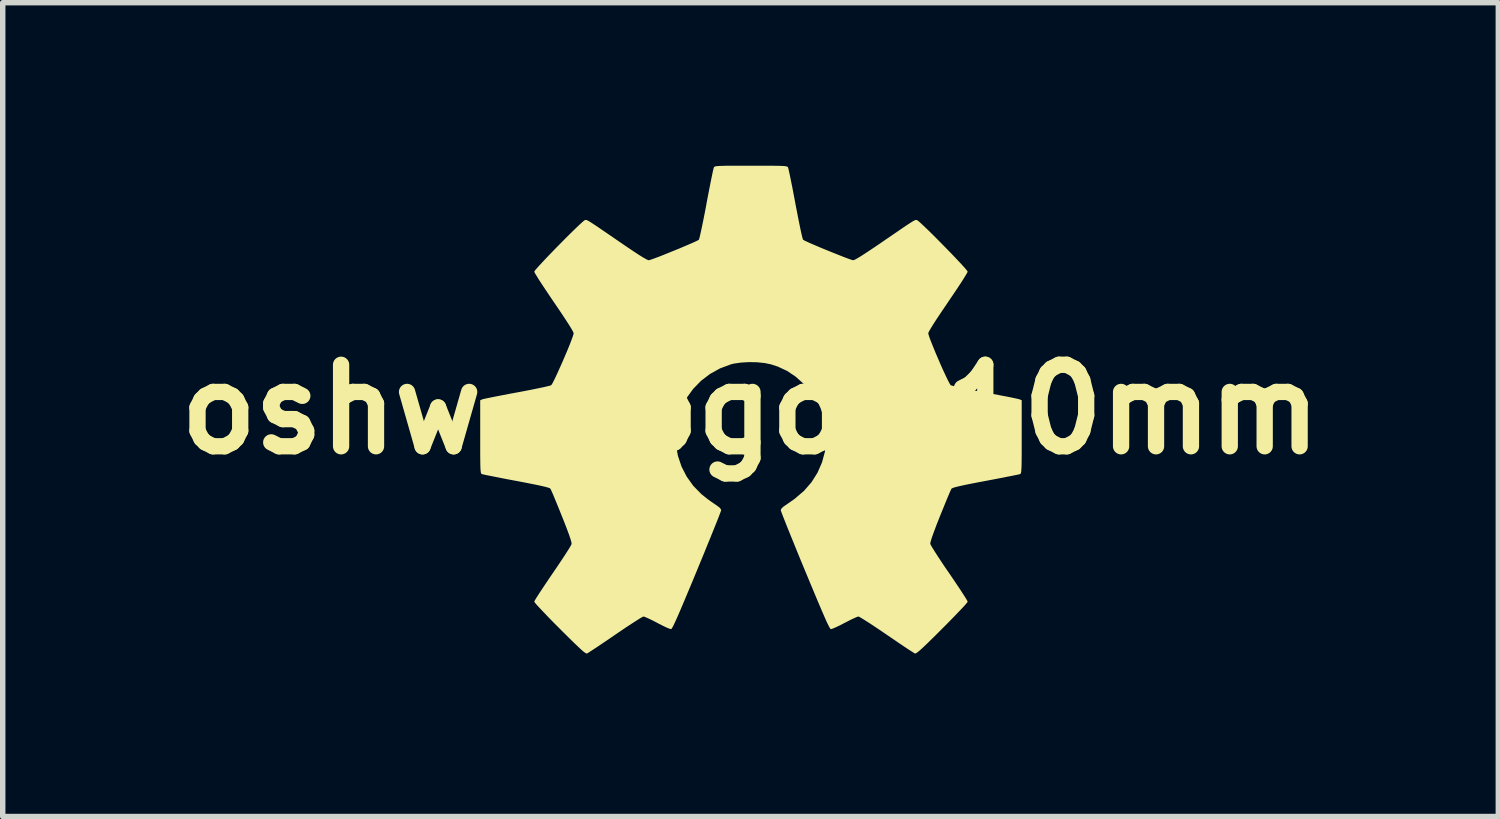
<source format=kicad_pcb>
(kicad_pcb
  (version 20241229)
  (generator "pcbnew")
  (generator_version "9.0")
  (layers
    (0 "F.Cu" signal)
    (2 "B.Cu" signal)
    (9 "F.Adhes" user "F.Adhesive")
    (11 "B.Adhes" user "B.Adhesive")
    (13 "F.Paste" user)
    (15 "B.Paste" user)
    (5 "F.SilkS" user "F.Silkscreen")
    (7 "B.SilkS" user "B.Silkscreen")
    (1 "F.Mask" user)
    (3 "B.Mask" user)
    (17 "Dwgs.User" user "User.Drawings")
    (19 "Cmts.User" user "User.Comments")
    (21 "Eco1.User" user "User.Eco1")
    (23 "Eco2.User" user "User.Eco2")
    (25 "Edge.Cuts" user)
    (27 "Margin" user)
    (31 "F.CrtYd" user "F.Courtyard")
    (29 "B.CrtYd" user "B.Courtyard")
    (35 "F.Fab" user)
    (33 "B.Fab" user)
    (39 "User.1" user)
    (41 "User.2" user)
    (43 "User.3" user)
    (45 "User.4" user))
  (footprint "oshw-logo-10mm"
    (layer "F.Cu")
    (at 10.764 4.486)
    (property "Reference" "oshw-logo-10mm" (at 0 0 0) (layer "F.SilkS") (effects (font (size 1.5 1.5) (thickness 0.3))))
    (attr board_only exclude_from_pos_files exclude_from_bom)
    (fp_poly (pts (xy 0.176 -4.486) (xy 0.313 -4.486) (xy 0.422 -4.485) (xy 0.507 -4.484) (xy 0.571 -4.482) (xy 0.618 -4.48) (xy 0.649 -4.476) (xy 0.67 -4.471) (xy 0.682 -4.465) (xy 0.689 -4.458) (xy 0.691 -4.454) (xy 0.698 -4.43) (xy 0.71 -4.377) (xy 0.727 -4.299) (xy 0.747 -4.199) (xy 0.771 -4.081) (xy 0.796 -3.949) (xy 0.823 -3.807) (xy 0.827 -3.783) (xy 0.855 -3.64) (xy 0.881 -3.507) (xy 0.905 -3.388) (xy 0.926 -3.287) (xy 0.944 -3.207) (xy 0.958 -3.151) (xy 0.967 -3.125) (xy 0.968 -3.124) (xy 0.99 -3.11) (xy 1.039 -3.087) (xy 1.109 -3.055) (xy 1.196 -3.018) (xy 1.294 -2.976) (xy 1.399 -2.933) (xy 1.505 -2.89) (xy 1.608 -2.849) (xy 1.701 -2.812) (xy 1.782 -2.781) (xy 1.844 -2.759) (xy 1.882 -2.747) (xy 1.89 -2.746) (xy 1.914 -2.753) (xy 1.959 -2.777) (xy 2.026 -2.817) (xy 2.116 -2.875) (xy 2.231 -2.951) (xy 2.372 -3.046) (xy 2.453 -3.102) (xy 2.595 -3.199) (xy 2.711 -3.278) (xy 2.804 -3.342) (xy 2.878 -3.392) (xy 2.935 -3.429) (xy 2.977 -3.456) (xy 3.007 -3.473) (xy 3.028 -3.483) (xy 3.042 -3.487) (xy 3.053 -3.488) (xy 3.062 -3.485) (xy 3.066 -3.484) (xy 3.088 -3.469) (xy 3.129 -3.433) (xy 3.186 -3.38) (xy 3.257 -3.312) (xy 3.338 -3.233) (xy 3.425 -3.146) (xy 3.516 -3.054) (xy 3.608 -2.96) (xy 3.697 -2.869) (xy 3.78 -2.782) (xy 3.854 -2.703) (xy 3.916 -2.636) (xy 3.962 -2.584) (xy 3.99 -2.549) (xy 3.997 -2.536) (xy 3.988 -2.515) (xy 3.961 -2.469) (xy 3.92 -2.402) (xy 3.866 -2.318) (xy 3.8 -2.218) (xy 3.726 -2.108) (xy 3.645 -1.989) (xy 3.635 -1.973) (xy 3.526 -1.813) (xy 3.436 -1.678) (xy 3.366 -1.57) (xy 3.315 -1.487) (xy 3.283 -1.431) (xy 3.272 -1.402) (xy 3.272 -1.401) (xy 3.279 -1.371) (xy 3.297 -1.316) (xy 3.326 -1.241) (xy 3.362 -1.151) (xy 3.403 -1.05) (xy 3.449 -0.943) (xy 3.495 -0.836) (xy 3.541 -0.732) (xy 3.585 -0.638) (xy 3.623 -0.557) (xy 3.655 -0.495) (xy 3.677 -0.456) (xy 3.686 -0.445) (xy 3.71 -0.437) (xy 3.763 -0.424) (xy 3.842 -0.406) (xy 3.942 -0.385) (xy 4.059 -0.361) (xy 4.189 -0.336) (xy 4.318 -0.312) (xy 4.457 -0.286) (xy 4.587 -0.261) (xy 4.704 -0.239) (xy 4.803 -0.219) (xy 4.88 -0.203) (xy 4.932 -0.191) (xy 4.954 -0.185) (xy 4.992 -0.169) (xy 4.992 0.504) (xy 4.992 0.673) (xy 4.992 0.811) (xy 4.991 0.922) (xy 4.99 1.008) (xy 4.988 1.073) (xy 4.985 1.12) (xy 4.982 1.152) (xy 4.977 1.172) (xy 4.971 1.184) (xy 4.964 1.189) (xy 4.963 1.19) (xy 4.94 1.196) (xy 4.888 1.207) (xy 4.81 1.223) (xy 4.711 1.242) (xy 4.595 1.265) (xy 4.465 1.29) (xy 4.327 1.316) (xy 4.158 1.348) (xy 4.02 1.375) (xy 3.91 1.398) (xy 3.826 1.417) (xy 3.766 1.432) (xy 3.726 1.445) (xy 3.704 1.455) (xy 3.7 1.459) (xy 3.688 1.482) (xy 3.666 1.531) (xy 3.635 1.604) (xy 3.597 1.696) (xy 3.554 1.802) (xy 3.506 1.919) (xy 3.49 1.959) (xy 3.428 2.115) (xy 3.38 2.243) (xy 3.344 2.342) (xy 3.321 2.413) (xy 3.31 2.459) (xy 3.309 2.475) (xy 3.321 2.5) (xy 3.349 2.548) (xy 3.392 2.617) (xy 3.447 2.703) (xy 3.513 2.803) (xy 3.587 2.914) (xy 3.657 3.015) (xy 3.736 3.131) (xy 3.808 3.238) (xy 3.872 3.334) (xy 3.925 3.416) (xy 3.965 3.479) (xy 3.99 3.522) (xy 3.997 3.539) (xy 3.986 3.557) (xy 3.953 3.596) (xy 3.901 3.653) (xy 3.832 3.725) (xy 3.75 3.811) (xy 3.657 3.906) (xy 3.555 4.009) (xy 3.528 4.036) (xy 3.406 4.158) (xy 3.305 4.257) (xy 3.224 4.336) (xy 3.16 4.396) (xy 3.111 4.44) (xy 3.074 4.47) (xy 3.049 4.487) (xy 3.033 4.493) (xy 3.026 4.492) (xy 3.005 4.48) (xy 2.96 4.451) (xy 2.893 4.408) (xy 2.809 4.352) (xy 2.711 4.286) (xy 2.603 4.212) (xy 2.506 4.146) (xy 2.392 4.068) (xy 2.284 3.996) (xy 2.189 3.933) (xy 2.107 3.881) (xy 2.044 3.842) (xy 2.002 3.818) (xy 1.986 3.812) (xy 1.96 3.819) (xy 1.911 3.841) (xy 1.844 3.872) (xy 1.767 3.912) (xy 1.731 3.93) (xy 1.651 3.972) (xy 1.579 4.006) (xy 1.522 4.031) (xy 1.486 4.043) (xy 1.478 4.044) (xy 1.469 4.036) (xy 1.455 4.014) (xy 1.435 3.976) (xy 1.407 3.919) (xy 1.373 3.843) (xy 1.33 3.745) (xy 1.278 3.623) (xy 1.216 3.477) (xy 1.144 3.304) (xy 1.06 3.103) (xy 1.002 2.963) (xy 0.927 2.782) (xy 0.856 2.609) (xy 0.791 2.448) (xy 0.731 2.301) (xy 0.678 2.17) (xy 0.634 2.058) (xy 0.598 1.968) (xy 0.573 1.902) (xy 0.559 1.863) (xy 0.557 1.853) (xy 0.571 1.823) (xy 0.611 1.786) (xy 0.628 1.775) (xy 0.676 1.742) (xy 0.739 1.698) (xy 0.806 1.651) (xy 0.821 1.639) (xy 0.985 1.499) (xy 1.123 1.34) (xy 1.234 1.164) (xy 1.316 0.976) (xy 1.37 0.778) (xy 1.394 0.573) (xy 1.388 0.365) (xy 1.35 0.157) (xy 1.291 -0.021) (xy 1.239 -0.136) (xy 1.177 -0.24) (xy 1.099 -0.342) (xy 1 -0.45) (xy 0.978 -0.472) (xy 0.829 -0.605) (xy 0.673 -0.709) (xy 0.504 -0.788) (xy 0.379 -0.829) (xy 0.259 -0.854) (xy 0.118 -0.868) (xy -0.031 -0.871) (xy -0.177 -0.862) (xy -0.309 -0.843) (xy -0.363 -0.829) (xy -0.561 -0.755) (xy -0.745 -0.653) (xy -0.91 -0.527) (xy -1.055 -0.378) (xy -1.177 -0.21) (xy -1.272 -0.026) (xy -1.338 0.172) (xy -1.351 0.227) (xy -1.378 0.439) (xy -1.373 0.649) (xy -1.336 0.854) (xy -1.27 1.051) (xy -1.175 1.236) (xy -1.053 1.407) (xy -0.904 1.559) (xy -0.804 1.639) (xy -0.739 1.687) (xy -0.674 1.732) (xy -0.621 1.768) (xy -0.611 1.775) (xy -0.564 1.812) (xy -0.541 1.845) (xy -0.54 1.853) (xy -0.546 1.874) (xy -0.564 1.923) (xy -0.593 1.999) (xy -0.632 2.097) (xy -0.68 2.216) (xy -0.735 2.353) (xy -0.798 2.506) (xy -0.865 2.672) (xy -0.938 2.848) (xy -0.985 2.963) (xy -1.076 3.183) (xy -1.156 3.373) (xy -1.224 3.536) (xy -1.282 3.672) (xy -1.33 3.784) (xy -1.37 3.874) (xy -1.402 3.943) (xy -1.426 3.992) (xy -1.444 4.024) (xy -1.456 4.041) (xy -1.462 4.044) (xy -1.487 4.038) (xy -1.535 4.019) (xy -1.601 3.988) (xy -1.679 3.949) (xy -1.714 3.93) (xy -1.795 3.888) (xy -1.867 3.853) (xy -1.925 3.827) (xy -1.961 3.813) (xy -1.969 3.812) (xy -1.99 3.821) (xy -2.036 3.847) (xy -2.102 3.889) (xy -2.186 3.943) (xy -2.284 4.007) (xy -2.392 4.08) (xy -2.489 4.146) (xy -2.604 4.225) (xy -2.711 4.297) (xy -2.807 4.362) (xy -2.889 4.416) (xy -2.952 4.457) (xy -2.993 4.484) (xy -3.009 4.492) (xy -3.022 4.492) (xy -3.041 4.481) (xy -3.071 4.46) (xy -3.112 4.425) (xy -3.166 4.374) (xy -3.237 4.307) (xy -3.326 4.22) (xy -3.435 4.112) (xy -3.511 4.036) (xy -3.615 3.932) (xy -3.71 3.835) (xy -3.795 3.746) (xy -3.867 3.67) (xy -3.924 3.609) (xy -3.962 3.565) (xy -3.98 3.541) (xy -3.98 3.539) (xy -3.971 3.518) (xy -3.945 3.474) (xy -3.903 3.408) (xy -3.849 3.325) (xy -3.784 3.228) (xy -3.711 3.119) (xy -3.64 3.015) (xy -3.561 2.899) (xy -3.488 2.79) (xy -3.423 2.692) (xy -3.369 2.608) (xy -3.327 2.541) (xy -3.301 2.495) (xy -3.293 2.475) (xy -3.296 2.446) (xy -3.311 2.392) (xy -3.338 2.311) (xy -3.378 2.203) (xy -3.431 2.066) (xy -3.474 1.959) (xy -3.522 1.839) (xy -3.567 1.729) (xy -3.607 1.632) (xy -3.64 1.552) (xy -3.666 1.495) (xy -3.681 1.463) (xy -3.683 1.459) (xy -3.697 1.449) (xy -3.729 1.438) (xy -3.78 1.424) (xy -3.853 1.407) (xy -3.951 1.386) (xy -4.076 1.361) (xy -4.231 1.331) (xy -4.31 1.316) (xy -4.45 1.29) (xy -4.58 1.265) (xy -4.696 1.242) (xy -4.795 1.222) (xy -4.872 1.207) (xy -4.924 1.195) (xy -4.946 1.19) (xy -4.953 1.185) (xy -4.959 1.174) (xy -4.964 1.155) (xy -4.968 1.125) (xy -4.971 1.08) (xy -4.973 1.017) (xy -4.974 0.934) (xy -4.975 0.826) (xy -4.975 0.691) (xy -4.975 0.526) (xy -4.975 0.504) (xy -4.975 -0.169) (xy -4.937 -0.185) (xy -4.913 -0.192) (xy -4.858 -0.204) (xy -4.779 -0.22) (xy -4.679 -0.24) (xy -4.561 -0.263) (xy -4.431 -0.288) (xy -4.301 -0.312) (xy -4.162 -0.338) (xy -4.033 -0.363) (xy -3.917 -0.387) (xy -3.819 -0.407) (xy -3.742 -0.425) (xy -3.69 -0.438) (xy -3.669 -0.445) (xy -3.653 -0.467) (xy -3.628 -0.514) (xy -3.593 -0.584) (xy -3.553 -0.67) (xy -3.509 -0.768) (xy -3.462 -0.873) (xy -3.416 -0.981) (xy -3.371 -1.086) (xy -3.331 -1.184) (xy -3.298 -1.269) (xy -3.273 -1.338) (xy -3.258 -1.385) (xy -3.255 -1.401) (xy -3.265 -1.428) (xy -3.295 -1.483) (xy -3.345 -1.564) (xy -3.414 -1.67) (xy -3.502 -1.803) (xy -3.61 -1.962) (xy -3.618 -1.973) (xy -3.699 -2.093) (xy -3.774 -2.205) (xy -3.841 -2.306) (xy -3.897 -2.392) (xy -3.94 -2.462) (xy -3.969 -2.51) (xy -3.98 -2.535) (xy -3.98 -2.536) (xy -3.969 -2.555) (xy -3.936 -2.594) (xy -3.886 -2.65) (xy -3.821 -2.72) (xy -3.745 -2.801) (xy -3.66 -2.889) (xy -3.57 -2.982) (xy -3.478 -3.075) (xy -3.388 -3.166) (xy -3.302 -3.251) (xy -3.223 -3.328) (xy -3.155 -3.393) (xy -3.101 -3.443) (xy -3.064 -3.474) (xy -3.049 -3.484) (xy -3.04 -3.487) (xy -3.029 -3.488) (xy -3.016 -3.485) (xy -2.997 -3.477) (xy -2.97 -3.462) (xy -2.931 -3.438) (xy -2.879 -3.404) (xy -2.811 -3.359) (xy -2.724 -3.299) (xy -2.615 -3.225) (xy -2.481 -3.133) (xy -2.435 -3.101) (xy -2.281 -2.996) (xy -2.153 -2.91) (xy -2.051 -2.843) (xy -1.972 -2.794) (xy -1.916 -2.763) (xy -1.882 -2.747) (xy -1.873 -2.746) (xy -1.846 -2.753) (xy -1.793 -2.771) (xy -1.72 -2.798) (xy -1.631 -2.832) (xy -1.532 -2.872) (xy -1.426 -2.915) (xy -1.32 -2.958) (xy -1.219 -3.001) (xy -1.127 -3.04) (xy -1.049 -3.074) (xy -0.991 -3.101) (xy -0.957 -3.119) (xy -0.951 -3.123) (xy -0.943 -3.144) (xy -0.93 -3.195) (xy -0.913 -3.271) (xy -0.892 -3.369) (xy -0.868 -3.486) (xy -0.842 -3.616) (xy -0.815 -3.758) (xy -0.811 -3.783) (xy -0.784 -3.926) (xy -0.758 -4.06) (xy -0.734 -4.181) (xy -0.713 -4.284) (xy -0.696 -4.366) (xy -0.683 -4.423) (xy -0.675 -4.452) (xy -0.674 -4.453) (xy -0.669 -4.462) (xy -0.66 -4.468) (xy -0.644 -4.474) (xy -0.618 -4.478) (xy -0.58 -4.481) (xy -0.525 -4.483) (xy -0.45 -4.485) (xy -0.354 -4.486) (xy -0.231 -4.486) (xy -0.079 -4.486) (xy 0.008 -4.486)) (stroke (width 0) (type solid)) (fill yes) (layer "F.SilkS")))
  (gr_rect
    (start -3 -3)
    (end 24.529 11.979)
    (stroke (width 0.1) (type default))
    (fill no)
    (layer "Edge.Cuts")))
</source>
